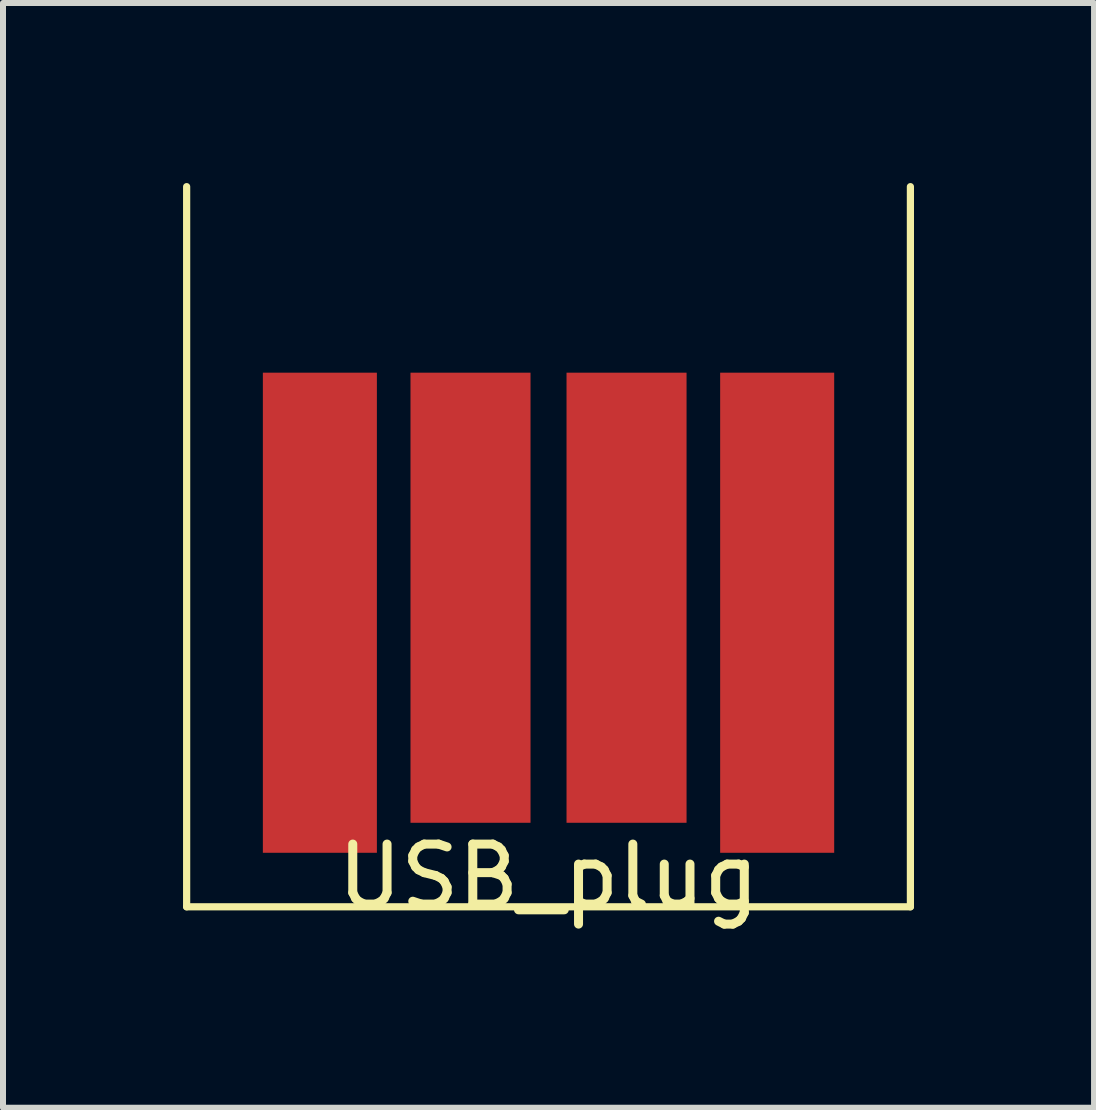
<source format=kicad_pcb>
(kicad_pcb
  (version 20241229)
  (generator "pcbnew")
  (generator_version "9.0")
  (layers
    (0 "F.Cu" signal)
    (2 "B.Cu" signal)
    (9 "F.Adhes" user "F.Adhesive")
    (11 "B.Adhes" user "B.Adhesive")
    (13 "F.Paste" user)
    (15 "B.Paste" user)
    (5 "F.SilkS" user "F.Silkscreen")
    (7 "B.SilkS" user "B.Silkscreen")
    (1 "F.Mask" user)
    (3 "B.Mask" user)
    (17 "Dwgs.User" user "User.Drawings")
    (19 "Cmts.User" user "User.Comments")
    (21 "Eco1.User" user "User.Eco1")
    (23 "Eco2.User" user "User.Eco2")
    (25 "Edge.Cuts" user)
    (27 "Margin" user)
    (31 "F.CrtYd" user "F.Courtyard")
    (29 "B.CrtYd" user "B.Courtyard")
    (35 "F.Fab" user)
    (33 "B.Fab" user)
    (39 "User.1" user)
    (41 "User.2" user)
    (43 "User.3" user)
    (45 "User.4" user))
  (footprint "USB_plug"
    (layer "F.Cu")
    (at 6.09 12.06)
    (property "Reference" "USB_plug" (at 0 -0.5 0) (unlocked yes) (layer "F.SilkS") (effects (font (size 1 1) (thickness 0.15))))
    (attr smd)
    (fp_line (start -6.03 -12) (end -6.03 0) (stroke (width 0.12) (type solid)) (layer "F.SilkS"))
    (fp_line (start -6.03 0) (end 6.03 0) (stroke (width 0.12) (type solid)) (layer "F.SilkS"))
    (fp_line (start 6.03 -12) (end 6.03 0) (stroke (width 0.12) (type solid)) (layer "F.SilkS"))
    (pad "1" smd rect (at 3.81 -4.9) (size 1.9 8) (layers "F.Cu" "F.Mask" "F.Paste"))
    (pad "2" smd rect (at 1.3 -5.15) (size 2 7.5) (layers "F.Cu" "F.Mask" "F.Paste"))
    (pad "3" smd rect (at -1.3 -5.15) (size 2 7.5) (layers "F.Cu" "F.Mask" "F.Paste"))
    (pad "4" smd rect (at -3.81 -4.9) (size 1.9 8) (layers "F.Cu" "F.Mask" "F.Paste")))
  (gr_rect
    (start -3 -3)
    (end 15.18 15.408)
    (stroke (width 0.1) (type default))
    (fill no)
    (layer "Edge.Cuts")))
</source>
